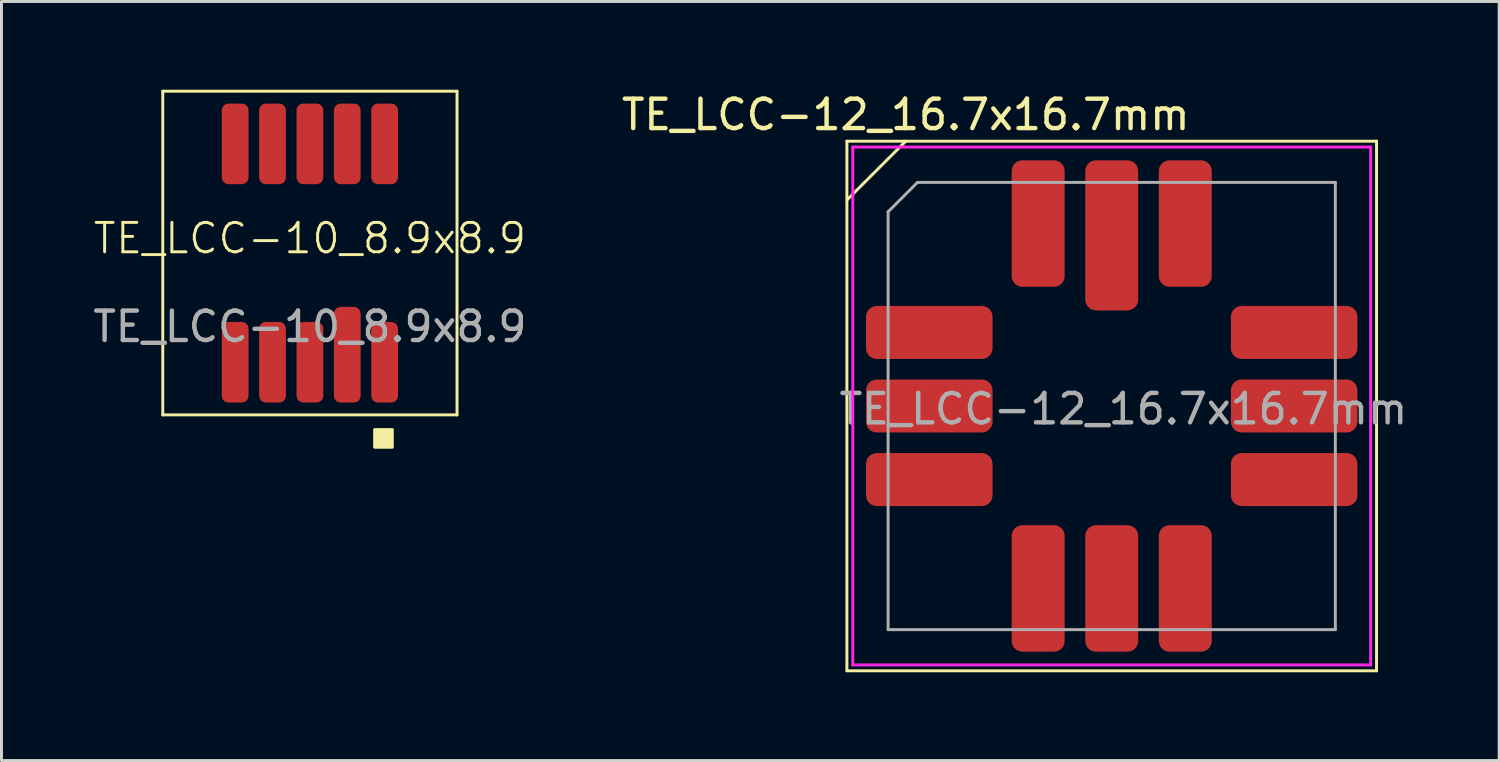
<source format=kicad_pcb>
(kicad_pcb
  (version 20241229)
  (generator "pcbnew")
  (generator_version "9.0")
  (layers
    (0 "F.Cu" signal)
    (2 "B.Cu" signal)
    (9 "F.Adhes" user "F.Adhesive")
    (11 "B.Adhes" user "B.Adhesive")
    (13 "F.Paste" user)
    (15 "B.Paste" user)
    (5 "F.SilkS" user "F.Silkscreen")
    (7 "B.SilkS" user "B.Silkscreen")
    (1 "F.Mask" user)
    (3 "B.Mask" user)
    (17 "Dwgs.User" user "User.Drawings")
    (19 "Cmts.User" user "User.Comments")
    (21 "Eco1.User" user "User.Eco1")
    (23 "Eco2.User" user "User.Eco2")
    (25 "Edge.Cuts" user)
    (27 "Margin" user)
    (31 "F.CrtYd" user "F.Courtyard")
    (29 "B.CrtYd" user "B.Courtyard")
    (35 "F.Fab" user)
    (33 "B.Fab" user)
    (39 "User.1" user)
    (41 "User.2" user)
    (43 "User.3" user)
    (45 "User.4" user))
  (footprint "TE_LCC-10_8.9x8.9"
    (layer "F.Cu")
    (at 7.482 5.55)
    (property "Reference" "TE_LCC-10_8.9x8.9" (at 0 -0.5 0) (unlocked yes) (layer "F.SilkS") (effects (font (size 1 1) (thickness 0.1))))
    (attr smd)
    (fp_line (start -5 -5.5) (end 5 -5.5) (stroke (width 0.1) (type default)) (layer "F.SilkS"))
    (fp_line (start -5 5.5) (end -5 -5.5) (stroke (width 0.1) (type default)) (layer "F.SilkS"))
    (fp_line (start 5 -5.5) (end 5 5.5) (stroke (width 0.1) (type default)) (layer "F.SilkS"))
    (fp_line (start 5 5.5) (end -5 5.5) (stroke (width 0.1) (type default)) (layer "F.SilkS"))
    (fp_rect (start 2.2 6) (end 2.8 6.6) (stroke (width 0.1) (type solid)) (fill yes) (layer "F.SilkS"))
    (fp_text user "${REFERENCE}" (at 0 2.5 0) (unlocked yes) (layer "F.Fab") (effects (font (size 1 1) (thickness 0.15))))
    (pad "1" smd roundrect (at 2.54 3.71) (size 0.91 2.74) (layers "F.Cu" "F.Mask" "F.Paste") (roundrect_rratio 0.25))
    (pad "2" smd roundrect (at 1.27 3.455) (size 0.91 3.25) (layers "F.Cu" "F.Mask" "F.Paste") (roundrect_rratio 0.25))
    (pad "3" smd roundrect (at 0 3.71) (size 0.91 2.74) (layers "F.Cu" "F.Mask" "F.Paste") (roundrect_rratio 0.25))
    (pad "4" smd roundrect (at -1.27 3.71) (size 0.91 2.74) (layers "F.Cu" "F.Mask" "F.Paste") (roundrect_rratio 0.25))
    (pad "5" smd roundrect (at -2.54 3.71) (size 0.91 2.74) (layers "F.Cu" "F.Mask" "F.Paste") (roundrect_rratio 0.25))
    (pad "6" smd roundrect (at -2.54 -3.71) (size 0.91 2.74) (layers "F.Cu" "F.Mask" "F.Paste") (roundrect_rratio 0.25))
    (pad "7" smd roundrect (at -1.27 -3.71) (size 0.91 2.74) (layers "F.Cu" "F.Mask" "F.Paste") (roundrect_rratio 0.25))
    (pad "8" smd roundrect (at 0 -3.71) (size 0.91 2.74) (layers "F.Cu" "F.Mask" "F.Paste") (roundrect_rratio 0.25))
    (pad "9" smd roundrect (at 1.27 -3.71) (size 0.91 2.74) (layers "F.Cu" "F.Mask" "F.Paste") (roundrect_rratio 0.25))
    (pad "10" smd roundrect (at 2.54 -3.71) (size 0.91 2.74) (layers "F.Cu" "F.Mask" "F.Paste") (roundrect_rratio 0.25)))
  (footprint "TE_LCC-12_16.7x16.7mm"
    (layer "F.Cu")
    (at 34.732 10.748)
    (property "Reference" "TE_LCC-12_16.7x16.7mm" (at -7 -9.9 0) (unlocked yes) (layer "F.SilkS") (effects (font (size 1 1) (thickness 0.15))))
    (attr smd)
    (fp_line (start -9 -9) (end 9 -9) (stroke (width 0.1) (type default)) (layer "F.SilkS"))
    (fp_line (start -9 9) (end -9 -9) (stroke (width 0.1) (type default)) (layer "F.SilkS"))
    (fp_line (start -7 -9) (end -9 -7) (stroke (width 0.1) (type default)) (layer "F.SilkS"))
    (fp_line (start 9 -9) (end 9 9) (stroke (width 0.1) (type default)) (layer "F.SilkS"))
    (fp_line (start 9 9) (end -9 9) (stroke (width 0.1) (type default)) (layer "F.SilkS"))
    (fp_line (start -8.8 -8.8) (end 8.8 -8.8) (stroke (width 0.1) (type default)) (layer "F.CrtYd"))
    (fp_line (start -8.8 8.8) (end -8.8 -8.8) (stroke (width 0.1) (type default)) (layer "F.CrtYd"))
    (fp_line (start 8.8 -8.8) (end 8.8 8.8) (stroke (width 0.1) (type default)) (layer "F.CrtYd"))
    (fp_line (start 8.8 8.8) (end -8.8 8.8) (stroke (width 0.1) (type default)) (layer "F.CrtYd"))
    (fp_line (start -7.6 -6.6) (end -7.6 7.6) (stroke (width 0.1) (type default)) (layer "F.Fab"))
    (fp_line (start -7.6 -6.6) (end -6.6 -7.6) (stroke (width 0.1) (type default)) (layer "F.Fab"))
    (fp_line (start -7.6 7.6) (end 7.6 7.6) (stroke (width 0.1) (type default)) (layer "F.Fab"))
    (fp_line (start 7.6 -7.6) (end -6.6 -7.6) (stroke (width 0.1) (type default)) (layer "F.Fab"))
    (fp_line (start 7.6 7.6) (end 7.6 -7.6) (stroke (width 0.1) (type default)) (layer "F.Fab"))
    (fp_text user "${REFERENCE}" (at 0.4 0.1 0) (unlocked yes) (layer "F.Fab") (effects (font (size 1 1) (thickness 0.15))))
    (pad "1" smd roundrect (at -2.5 6.2 90) (size 4.3 1.8) (layers "F.Cu" "F.Mask" "F.Paste") (roundrect_rratio 0.2))
    (pad "2" smd roundrect (at 0 6.2 90) (size 4.3 1.8) (layers "F.Cu" "F.Mask" "F.Paste") (roundrect_rratio 0.2))
    (pad "3" smd roundrect (at 2.5 6.2 90) (size 4.3 1.8) (layers "F.Cu" "F.Mask" "F.Paste") (roundrect_rratio 0.2))
    (pad "4" smd roundrect (at 6.2 2.5 180) (size 4.3 1.8) (layers "F.Cu" "F.Mask" "F.Paste") (roundrect_rratio 0.2))
    (pad "5" smd roundrect (at 6.2 0 180) (size 4.3 1.8) (layers "F.Cu" "F.Mask" "F.Paste") (roundrect_rratio 0.2))
    (pad "6" smd roundrect (at 6.2 -2.5 180) (size 4.3 1.8) (layers "F.Cu" "F.Mask" "F.Paste") (roundrect_rratio 0.2))
    (pad "7" smd roundrect (at 2.5 -6.2 90) (size 4.3 1.8) (layers "F.Cu" "F.Mask" "F.Paste") (roundrect_rratio 0.2))
    (pad "8" smd roundrect (at 0 -5.8 90) (size 5.1 1.8) (layers "F.Cu" "F.Mask" "F.Paste") (roundrect_rratio 0.2))
    (pad "9" smd roundrect (at -2.5 -6.2 90) (size 4.3 1.8) (layers "F.Cu" "F.Mask" "F.Paste") (roundrect_rratio 0.2))
    (pad "10" smd roundrect (at -6.2 -2.5 180) (size 4.3 1.8) (layers "F.Cu" "F.Mask" "F.Paste") (roundrect_rratio 0.2))
    (pad "11" smd roundrect (at -6.2 0 180) (size 4.3 1.8) (layers "F.Cu" "F.Mask" "F.Paste") (roundrect_rratio 0.2))
    (pad "12" smd roundrect (at -6.2 2.5 180) (size 4.3 1.8) (layers "F.Cu" "F.Mask" "F.Paste") (roundrect_rratio 0.2)))
  (gr_rect
    (start -3 -3)
    (end 47.9 22.798)
    (stroke (width 0.1) (type default))
    (fill no)
    (layer "Edge.Cuts")))
</source>
